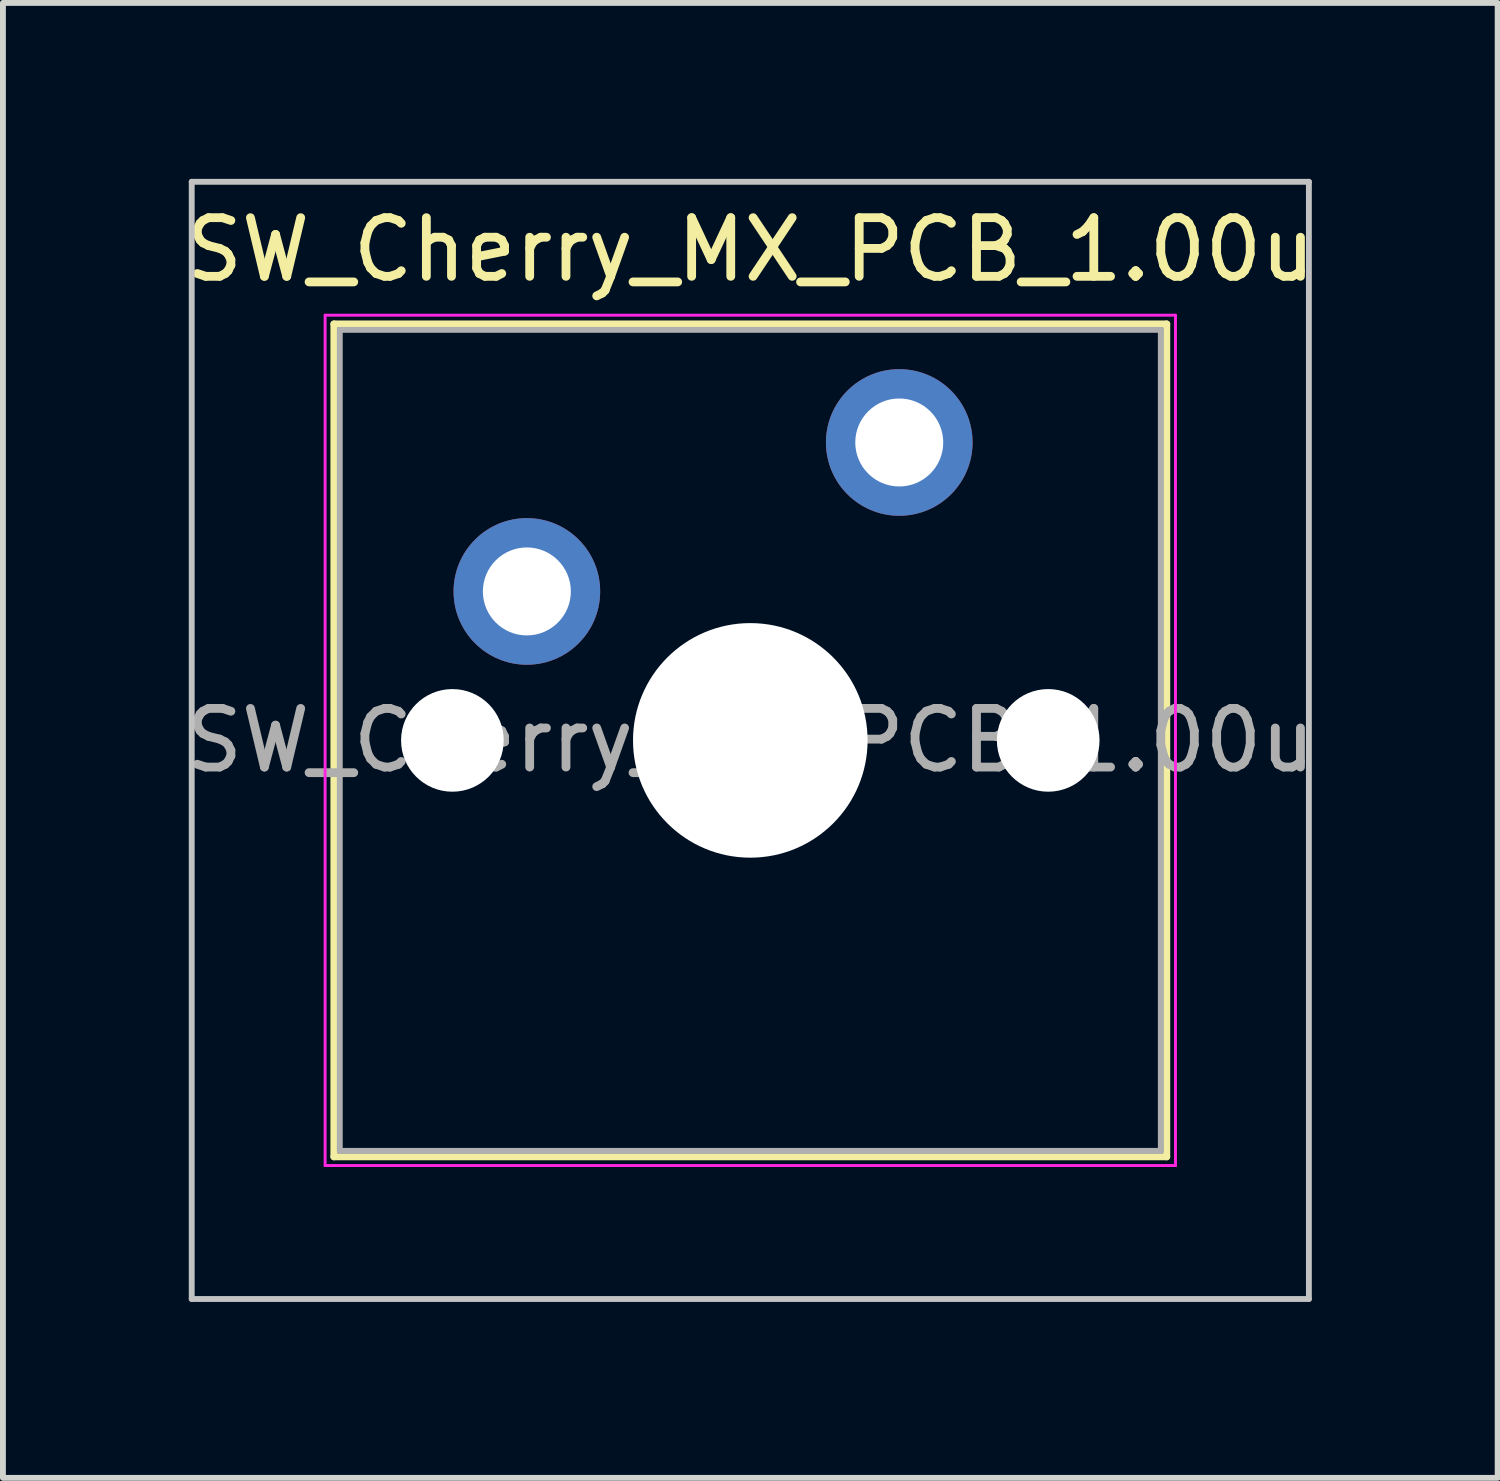
<source format=kicad_pcb>
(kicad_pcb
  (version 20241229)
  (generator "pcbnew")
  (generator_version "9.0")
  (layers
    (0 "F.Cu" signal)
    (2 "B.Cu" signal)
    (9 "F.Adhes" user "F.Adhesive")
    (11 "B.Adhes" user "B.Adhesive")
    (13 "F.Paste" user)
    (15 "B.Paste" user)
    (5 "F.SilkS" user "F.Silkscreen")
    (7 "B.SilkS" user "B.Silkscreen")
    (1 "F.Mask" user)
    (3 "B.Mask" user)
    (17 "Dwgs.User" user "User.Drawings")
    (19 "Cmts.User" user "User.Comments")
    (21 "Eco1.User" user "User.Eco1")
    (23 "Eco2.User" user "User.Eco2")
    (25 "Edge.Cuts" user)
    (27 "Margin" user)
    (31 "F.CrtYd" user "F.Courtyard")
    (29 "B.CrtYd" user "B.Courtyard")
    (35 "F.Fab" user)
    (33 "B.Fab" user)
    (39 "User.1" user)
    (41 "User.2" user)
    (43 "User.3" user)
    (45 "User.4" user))
  (footprint "SW_Cherry_MX_PCB_1.00u"
    (layer "F.Cu")
    (at 9.744 9.575)
    (property "Reference" "SW_Cherry_MX_PCB_1.00u" (at 0 -8.368 0) (layer "F.SilkS") (effects (font (size 1 1) (thickness 0.15))))
    (attr through_hole)
    (fp_line (start -7.1 -7.1) (end -7.1 7.1) (stroke (width 0.12) (type solid)) (layer "F.SilkS"))
    (fp_line (start -7.1 7.1) (end 7.1 7.1) (stroke (width 0.12) (type solid)) (layer "F.SilkS"))
    (fp_line (start 7.1 -7.1) (end -7.1 -7.1) (stroke (width 0.12) (type solid)) (layer "F.SilkS"))
    (fp_line (start 7.1 7.1) (end 7.1 -7.1) (stroke (width 0.12) (type solid)) (layer "F.SilkS"))
    (fp_line (start -9.525 -9.525) (end -9.525 9.525) (stroke (width 0.1) (type solid)) (layer "Dwgs.User"))
    (fp_line (start -9.525 9.525) (end 9.525 9.525) (stroke (width 0.1) (type solid)) (layer "Dwgs.User"))
    (fp_line (start 9.525 -9.525) (end -9.525 -9.525) (stroke (width 0.1) (type solid)) (layer "Dwgs.User"))
    (fp_line (start 9.525 9.525) (end 9.525 -9.525) (stroke (width 0.1) (type solid)) (layer "Dwgs.User"))
    (fp_line (start -7 -7) (end -7 7) (stroke (width 0.1) (type solid)) (layer "Eco1.User"))
    (fp_line (start -7 7) (end 7 7) (stroke (width 0.1) (type solid)) (layer "Eco1.User"))
    (fp_line (start 7 -7) (end -7 -7) (stroke (width 0.1) (type solid)) (layer "Eco1.User"))
    (fp_line (start 7 7) (end 7 -7) (stroke (width 0.1) (type solid)) (layer "Eco1.User"))
    (fp_line (start -7.25 -7.25) (end -7.25 7.25) (stroke (width 0.05) (type solid)) (layer "F.CrtYd"))
    (fp_line (start -7.25 7.25) (end 7.25 7.25) (stroke (width 0.05) (type solid)) (layer "F.CrtYd"))
    (fp_line (start 7.25 -7.25) (end -7.25 -7.25) (stroke (width 0.05) (type solid)) (layer "F.CrtYd"))
    (fp_line (start 7.25 7.25) (end 7.25 -7.25) (stroke (width 0.05) (type solid)) (layer "F.CrtYd"))
    (fp_line (start -7 -7) (end -7 7) (stroke (width 0.1) (type solid)) (layer "F.Fab"))
    (fp_line (start -7 7) (end 7 7) (stroke (width 0.1) (type solid)) (layer "F.Fab"))
    (fp_line (start 7 -7) (end -7 -7) (stroke (width 0.1) (type solid)) (layer "F.Fab"))
    (fp_line (start 7 7) (end 7 -7) (stroke (width 0.1) (type solid)) (layer "F.Fab"))
    (fp_text user "${REFERENCE}" (at 0 0 0) (layer "F.Fab") (effects (font (size 1 1) (thickness 0.15))))
    (pad "" np_thru_hole circle (at -5.08 0) (size 1.75 1.75) (drill 1.75) (layers "*.Cu" "*.Mask"))
    (pad "" np_thru_hole circle (at 0 0) (size 4 4) (drill 4) (layers "*.Cu" "*.Mask"))
    (pad "" np_thru_hole circle (at 5.08 0) (size 1.75 1.75) (drill 1.75) (layers "*.Cu" "*.Mask"))
    (pad "1" thru_hole circle (at -3.81 -2.54) (size 2.5 2.5) (drill 1.5) (layers "*.Cu" "*.Mask"))
    (pad "2" thru_hole circle (at 2.54 -5.08) (size 2.5 2.5) (drill 1.5) (layers "*.Cu" "*.Mask")))
  (gr_rect
    (start -3 -3)
    (end 22.488 22.15)
    (stroke (width 0.1) (type default))
    (fill no)
    (layer "Edge.Cuts")))
</source>
